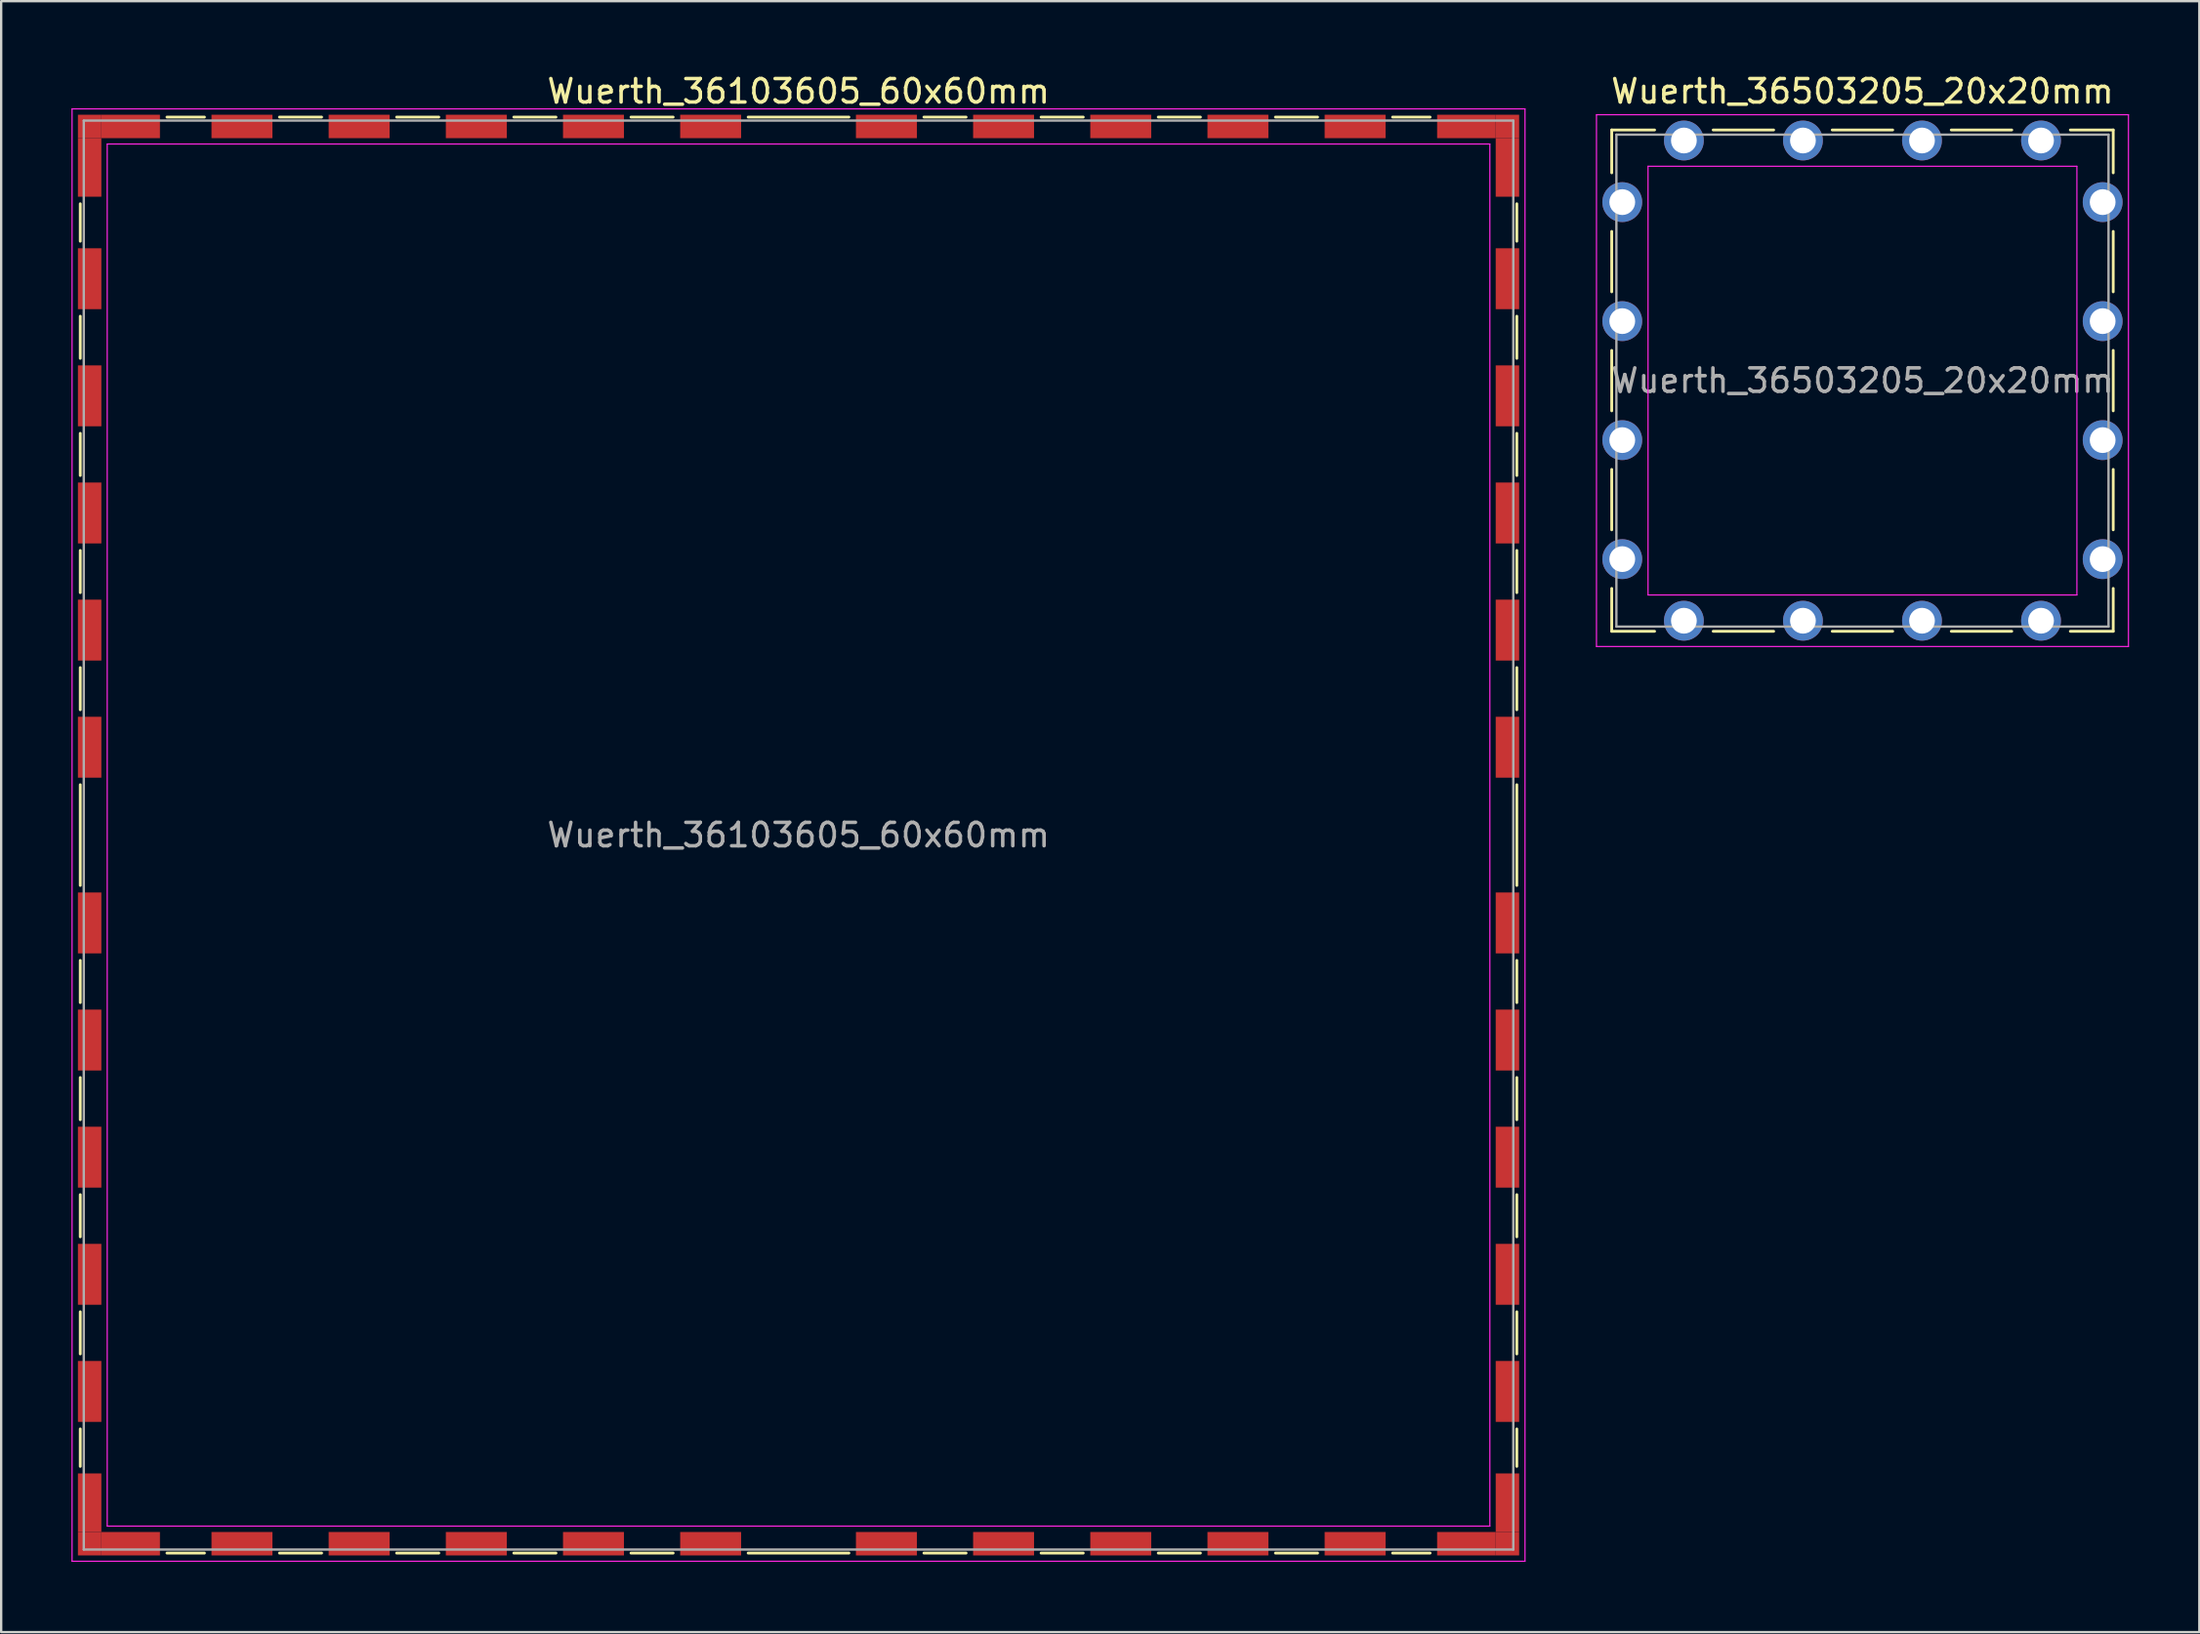
<source format=kicad_pcb>
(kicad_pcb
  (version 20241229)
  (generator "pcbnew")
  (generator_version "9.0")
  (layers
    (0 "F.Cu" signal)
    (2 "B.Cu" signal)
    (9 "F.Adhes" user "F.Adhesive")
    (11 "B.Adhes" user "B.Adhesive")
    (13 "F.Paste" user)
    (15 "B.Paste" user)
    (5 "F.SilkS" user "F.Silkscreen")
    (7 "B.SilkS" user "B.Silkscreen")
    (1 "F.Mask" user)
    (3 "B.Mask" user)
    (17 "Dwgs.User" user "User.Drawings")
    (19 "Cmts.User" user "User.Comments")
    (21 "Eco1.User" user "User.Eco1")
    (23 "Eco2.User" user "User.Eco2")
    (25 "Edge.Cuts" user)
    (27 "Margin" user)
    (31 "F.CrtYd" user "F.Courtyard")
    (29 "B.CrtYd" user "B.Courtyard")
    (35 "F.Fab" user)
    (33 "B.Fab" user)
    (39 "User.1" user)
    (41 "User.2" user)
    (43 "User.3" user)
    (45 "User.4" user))
  (footprint "Wuerth_36503205_20x20mm"
    (layer "F.Cu")
    (at 76.425 13.198)
    (property "Reference" "Wuerth_36503205_20x20mm" (at 0 -12.35 0) (layer "F.SilkS") (effects (font (size 1 1) (thickness 0.15))))
    (attr through_hole)
    (fp_line (start -10.7 -10.7) (end -8.87 -10.7) (stroke (width 0.12) (type solid)) (layer "F.SilkS"))
    (fp_line (start -10.7 -8.87) (end -10.7 -10.7) (stroke (width 0.12) (type solid)) (layer "F.SilkS"))
    (fp_line (start -10.7 -3.79) (end -10.7 -6.37) (stroke (width 0.12) (type solid)) (layer "F.SilkS"))
    (fp_line (start -10.7 -1.29) (end -10.7 1.29) (stroke (width 0.12) (type solid)) (layer "F.SilkS"))
    (fp_line (start -10.7 3.79) (end -10.7 6.37) (stroke (width 0.12) (type solid)) (layer "F.SilkS"))
    (fp_line (start -10.7 8.87) (end -10.7 10.7) (stroke (width 0.12) (type solid)) (layer "F.SilkS"))
    (fp_line (start -10.7 10.7) (end -8.87 10.7) (stroke (width 0.12) (type solid)) (layer "F.SilkS"))
    (fp_line (start -3.79 -10.7) (end -6.37 -10.7) (stroke (width 0.12) (type solid)) (layer "F.SilkS"))
    (fp_line (start -3.79 10.7) (end -6.37 10.7) (stroke (width 0.12) (type solid)) (layer "F.SilkS"))
    (fp_line (start 1.29 -10.7) (end -1.29 -10.7) (stroke (width 0.12) (type solid)) (layer "F.SilkS"))
    (fp_line (start 1.29 10.7) (end -1.29 10.7) (stroke (width 0.12) (type solid)) (layer "F.SilkS"))
    (fp_line (start 3.79 -10.7) (end 6.37 -10.7) (stroke (width 0.12) (type solid)) (layer "F.SilkS"))
    (fp_line (start 3.79 10.7) (end 6.37 10.7) (stroke (width 0.12) (type solid)) (layer "F.SilkS"))
    (fp_line (start 10.7 -10.7) (end 8.87 -10.7) (stroke (width 0.12) (type solid)) (layer "F.SilkS"))
    (fp_line (start 10.7 -8.87) (end 10.7 -10.7) (stroke (width 0.12) (type solid)) (layer "F.SilkS"))
    (fp_line (start 10.7 -3.79) (end 10.7 -6.37) (stroke (width 0.12) (type solid)) (layer "F.SilkS"))
    (fp_line (start 10.7 1.29) (end 10.7 -1.29) (stroke (width 0.12) (type solid)) (layer "F.SilkS"))
    (fp_line (start 10.7 3.79) (end 10.7 6.37) (stroke (width 0.12) (type solid)) (layer "F.SilkS"))
    (fp_line (start 10.7 8.87) (end 10.7 10.7) (stroke (width 0.12) (type solid)) (layer "F.SilkS"))
    (fp_line (start 10.7 10.7) (end 8.87 10.7) (stroke (width 0.12) (type solid)) (layer "F.SilkS"))
    (fp_line (start -11.35 -11.35) (end -11.35 11.35) (stroke (width 0.05) (type solid)) (layer "F.CrtYd"))
    (fp_line (start -11.35 11.35) (end 11.35 11.35) (stroke (width 0.05) (type solid)) (layer "F.CrtYd"))
    (fp_line (start -9.15 -9.15) (end -9.15 9.15) (stroke (width 0.05) (type solid)) (layer "F.CrtYd"))
    (fp_line (start -9.15 9.15) (end 9.15 9.15) (stroke (width 0.05) (type solid)) (layer "F.CrtYd"))
    (fp_line (start 9.15 -9.15) (end -9.15 -9.15) (stroke (width 0.05) (type solid)) (layer "F.CrtYd"))
    (fp_line (start 9.15 9.15) (end 9.15 -9.15) (stroke (width 0.05) (type solid)) (layer "F.CrtYd"))
    (fp_line (start 11.35 -11.35) (end -11.35 -11.35) (stroke (width 0.05) (type solid)) (layer "F.CrtYd"))
    (fp_line (start 11.35 11.35) (end 11.35 -11.35) (stroke (width 0.05) (type solid)) (layer "F.CrtYd"))
    (fp_line (start -10.5 -10.5) (end -10.5 10.5) (stroke (width 0.1) (type solid)) (layer "F.Fab"))
    (fp_line (start -10.5 10.5) (end 10.5 10.5) (stroke (width 0.1) (type solid)) (layer "F.Fab"))
    (fp_line (start 10.5 -10.5) (end -10.5 -10.5) (stroke (width 0.1) (type solid)) (layer "F.Fab"))
    (fp_line (start 10.5 10.5) (end 10.5 -10.5) (stroke (width 0.1) (type solid)) (layer "F.Fab"))
    (fp_text user "${REFERENCE}" (at 0 0 0) (layer "F.Fab") (effects (font (size 1 1) (thickness 0.15))))
    (pad "1" thru_hole circle (at -10.25 -7.62) (size 1.7 1.7) (drill 1.1) (layers "*.Cu" "*.Mask"))
    (pad "1" thru_hole circle (at -10.25 -2.54) (size 1.7 1.7) (drill 1.1) (layers "*.Cu" "*.Mask"))
    (pad "1" thru_hole circle (at -10.25 2.54) (size 1.7 1.7) (drill 1.1) (layers "*.Cu" "*.Mask"))
    (pad "1" thru_hole circle (at -10.25 7.62) (size 1.7 1.7) (drill 1.1) (layers "*.Cu" "*.Mask"))
    (pad "1" thru_hole circle (at -7.62 -10.25) (size 1.7 1.7) (drill 1.1) (layers "*.Cu" "*.Mask"))
    (pad "1" thru_hole circle (at -7.62 10.25) (size 1.7 1.7) (drill 1.1) (layers "*.Cu" "*.Mask"))
    (pad "1" thru_hole circle (at -2.54 -10.25) (size 1.7 1.7) (drill 1.1) (layers "*.Cu" "*.Mask"))
    (pad "1" thru_hole circle (at -2.54 10.25) (size 1.7 1.7) (drill 1.1) (layers "*.Cu" "*.Mask"))
    (pad "1" thru_hole circle (at 2.54 -10.25) (size 1.7 1.7) (drill 1.1) (layers "*.Cu" "*.Mask"))
    (pad "1" thru_hole circle (at 2.54 10.25) (size 1.7 1.7) (drill 1.1) (layers "*.Cu" "*.Mask"))
    (pad "1" thru_hole circle (at 7.62 -10.25) (size 1.7 1.7) (drill 1.1) (layers "*.Cu" "*.Mask"))
    (pad "1" thru_hole circle (at 7.62 10.25) (size 1.7 1.7) (drill 1.1) (layers "*.Cu" "*.Mask"))
    (pad "1" thru_hole circle (at 10.25 -7.62) (size 1.7 1.7) (drill 1.1) (layers "*.Cu" "*.Mask"))
    (pad "1" thru_hole circle (at 10.25 -2.54) (size 1.7 1.7) (drill 1.1) (layers "*.Cu" "*.Mask"))
    (pad "1" thru_hole circle (at 10.25 2.54) (size 1.7 1.7) (drill 1.1) (layers "*.Cu" "*.Mask"))
    (pad "1" thru_hole circle (at 10.25 7.62) (size 1.7 1.7) (drill 1.1) (layers "*.Cu" "*.Mask")))
  (footprint "Wuerth_36103605_60x60mm"
    (layer "F.Cu")
    (at 31.025 32.598)
    (property "Reference" "Wuerth_36103605_60x60mm" (at 0 -31.75 0) (layer "F.SilkS") (effects (font (size 1 1) (thickness 0.15))))
    (attr smd)
    (fp_line (start -30.65 -26.95) (end -30.65 -25.35) (stroke (width 0.12) (type solid)) (layer "F.SilkS"))
    (fp_line (start -30.65 -22.15) (end -30.65 -20.35) (stroke (width 0.12) (type solid)) (layer "F.SilkS"))
    (fp_line (start -30.65 -17.15) (end -30.65 -15.35) (stroke (width 0.12) (type solid)) (layer "F.SilkS"))
    (fp_line (start -30.65 -12.15) (end -30.65 -10.35) (stroke (width 0.12) (type solid)) (layer "F.SilkS"))
    (fp_line (start -30.65 -7.15) (end -30.65 -5.35) (stroke (width 0.12) (type solid)) (layer "F.SilkS"))
    (fp_line (start -30.65 -2.15) (end -30.65 2.15) (stroke (width 0.12) (type solid)) (layer "F.SilkS"))
    (fp_line (start -30.65 5.35) (end -30.65 7.15) (stroke (width 0.12) (type solid)) (layer "F.SilkS"))
    (fp_line (start -30.65 10.35) (end -30.65 12.15) (stroke (width 0.12) (type solid)) (layer "F.SilkS"))
    (fp_line (start -30.65 15.35) (end -30.65 17.15) (stroke (width 0.12) (type solid)) (layer "F.SilkS"))
    (fp_line (start -30.65 20.35) (end -30.65 22.15) (stroke (width 0.12) (type solid)) (layer "F.SilkS"))
    (fp_line (start -30.65 25.35) (end -30.65 26.95) (stroke (width 0.12) (type solid)) (layer "F.SilkS"))
    (fp_line (start -26.95 -30.65) (end -25.35 -30.65) (stroke (width 0.12) (type solid)) (layer "F.SilkS"))
    (fp_line (start -26.95 30.65) (end -25.35 30.65) (stroke (width 0.12) (type solid)) (layer "F.SilkS"))
    (fp_line (start -22.15 -30.65) (end -20.35 -30.65) (stroke (width 0.12) (type solid)) (layer "F.SilkS"))
    (fp_line (start -22.15 30.65) (end -20.35 30.65) (stroke (width 0.12) (type solid)) (layer "F.SilkS"))
    (fp_line (start -17.15 -30.65) (end -15.35 -30.65) (stroke (width 0.12) (type solid)) (layer "F.SilkS"))
    (fp_line (start -17.15 30.65) (end -15.35 30.65) (stroke (width 0.12) (type solid)) (layer "F.SilkS"))
    (fp_line (start -12.15 -30.65) (end -10.35 -30.65) (stroke (width 0.12) (type solid)) (layer "F.SilkS"))
    (fp_line (start -12.15 30.65) (end -10.35 30.65) (stroke (width 0.12) (type solid)) (layer "F.SilkS"))
    (fp_line (start -7.15 -30.65) (end -5.35 -30.65) (stroke (width 0.12) (type solid)) (layer "F.SilkS"))
    (fp_line (start -7.15 30.65) (end -5.35 30.65) (stroke (width 0.12) (type solid)) (layer "F.SilkS"))
    (fp_line (start -2.15 -30.65) (end 2.15 -30.65) (stroke (width 0.12) (type solid)) (layer "F.SilkS"))
    (fp_line (start -2.15 30.65) (end 2.15 30.65) (stroke (width 0.12) (type solid)) (layer "F.SilkS"))
    (fp_line (start 5.35 -30.65) (end 7.15 -30.65) (stroke (width 0.12) (type solid)) (layer "F.SilkS"))
    (fp_line (start 5.35 30.65) (end 7.15 30.65) (stroke (width 0.12) (type solid)) (layer "F.SilkS"))
    (fp_line (start 10.35 -30.65) (end 12.15 -30.65) (stroke (width 0.12) (type solid)) (layer "F.SilkS"))
    (fp_line (start 10.35 30.65) (end 12.15 30.65) (stroke (width 0.12) (type solid)) (layer "F.SilkS"))
    (fp_line (start 15.35 -30.65) (end 17.15 -30.65) (stroke (width 0.12) (type solid)) (layer "F.SilkS"))
    (fp_line (start 15.35 30.65) (end 17.15 30.65) (stroke (width 0.12) (type solid)) (layer "F.SilkS"))
    (fp_line (start 20.35 -30.65) (end 22.15 -30.65) (stroke (width 0.12) (type solid)) (layer "F.SilkS"))
    (fp_line (start 20.35 30.65) (end 22.15 30.65) (stroke (width 0.12) (type solid)) (layer "F.SilkS"))
    (fp_line (start 25.35 -30.65) (end 26.95 -30.65) (stroke (width 0.12) (type solid)) (layer "F.SilkS"))
    (fp_line (start 25.35 30.65) (end 26.95 30.65) (stroke (width 0.12) (type solid)) (layer "F.SilkS"))
    (fp_line (start 30.65 -26.95) (end 30.65 -25.35) (stroke (width 0.12) (type solid)) (layer "F.SilkS"))
    (fp_line (start 30.65 -22.15) (end 30.65 -20.35) (stroke (width 0.12) (type solid)) (layer "F.SilkS"))
    (fp_line (start 30.65 -17.15) (end 30.65 -15.35) (stroke (width 0.12) (type solid)) (layer "F.SilkS"))
    (fp_line (start 30.65 -12.15) (end 30.65 -10.35) (stroke (width 0.12) (type solid)) (layer "F.SilkS"))
    (fp_line (start 30.65 -7.15) (end 30.65 -5.35) (stroke (width 0.12) (type solid)) (layer "F.SilkS"))
    (fp_line (start 30.65 -2.15) (end 30.65 2.15) (stroke (width 0.12) (type solid)) (layer "F.SilkS"))
    (fp_line (start 30.65 5.35) (end 30.65 7.15) (stroke (width 0.12) (type solid)) (layer "F.SilkS"))
    (fp_line (start 30.65 10.35) (end 30.65 12.15) (stroke (width 0.12) (type solid)) (layer "F.SilkS"))
    (fp_line (start 30.65 15.35) (end 30.65 17.15) (stroke (width 0.12) (type solid)) (layer "F.SilkS"))
    (fp_line (start 30.65 20.35) (end 30.65 22.15) (stroke (width 0.12) (type solid)) (layer "F.SilkS"))
    (fp_line (start 30.65 25.35) (end 30.65 26.95) (stroke (width 0.12) (type solid)) (layer "F.SilkS"))
    (fp_line (start -31 -31) (end -31 31) (stroke (width 0.05) (type solid)) (layer "F.CrtYd"))
    (fp_line (start -31 31) (end 31 31) (stroke (width 0.05) (type solid)) (layer "F.CrtYd"))
    (fp_line (start -29.5 -29.5) (end -29.5 29.5) (stroke (width 0.05) (type solid)) (layer "F.CrtYd"))
    (fp_line (start -29.5 29.5) (end 29.5 29.5) (stroke (width 0.05) (type solid)) (layer "F.CrtYd"))
    (fp_line (start 29.5 -29.5) (end -29.5 -29.5) (stroke (width 0.05) (type solid)) (layer "F.CrtYd"))
    (fp_line (start 29.5 29.5) (end 29.5 -29.5) (stroke (width 0.05) (type solid)) (layer "F.CrtYd"))
    (fp_line (start 31 -31) (end -31 -31) (stroke (width 0.05) (type solid)) (layer "F.CrtYd"))
    (fp_line (start 31 31) (end 31 -31) (stroke (width 0.05) (type solid)) (layer "F.CrtYd"))
    (fp_line (start -30.5 -30.5) (end -30.5 30.5) (stroke (width 0.1) (type solid)) (layer "F.Fab"))
    (fp_line (start -30.5 30.5) (end 30.5 30.5) (stroke (width 0.1) (type solid)) (layer "F.Fab"))
    (fp_line (start 30.5 -30.5) (end -30.5 -30.5) (stroke (width 0.1) (type solid)) (layer "F.Fab"))
    (fp_line (start 30.5 30.5) (end 30.5 -30.5) (stroke (width 0.1) (type solid)) (layer "F.Fab"))
    (fp_text user "${REFERENCE}" (at 0 0 0) (layer "F.Fab") (effects (font (size 1 1) (thickness 0.15))))
    (pad "1" smd rect (at -30.25 -30.25) (size 1 1) (layers "F.Cu" "F.Mask" "F.Paste"))
    (pad "1" smd rect (at -30.25 -28.5) (size 1 2.5) (layers "F.Cu" "F.Mask" "F.Paste"))
    (pad "1" smd rect (at -30.25 -23.75) (size 1 2.6) (layers "F.Cu" "F.Mask" "F.Paste"))
    (pad "1" smd rect (at -30.25 -18.75) (size 1 2.6) (layers "F.Cu" "F.Mask" "F.Paste"))
    (pad "1" smd rect (at -30.25 -13.75) (size 1 2.6) (layers "F.Cu" "F.Mask" "F.Paste"))
    (pad "1" smd rect (at -30.25 -8.75) (size 1 2.6) (layers "F.Cu" "F.Mask" "F.Paste"))
    (pad "1" smd rect (at -30.25 -3.75) (size 1 2.6) (layers "F.Cu" "F.Mask" "F.Paste"))
    (pad "1" smd rect (at -30.25 3.75) (size 1 2.6) (layers "F.Cu" "F.Mask" "F.Paste"))
    (pad "1" smd rect (at -30.25 8.75) (size 1 2.6) (layers "F.Cu" "F.Mask" "F.Paste"))
    (pad "1" smd rect (at -30.25 13.75) (size 1 2.6) (layers "F.Cu" "F.Mask" "F.Paste"))
    (pad "1" smd rect (at -30.25 18.75) (size 1 2.6) (layers "F.Cu" "F.Mask" "F.Paste"))
    (pad "1" smd rect (at -30.25 23.75) (size 1 2.6) (layers "F.Cu" "F.Mask" "F.Paste"))
    (pad "1" smd rect (at -30.25 28.5) (size 1 2.5) (layers "F.Cu" "F.Mask" "F.Paste"))
    (pad "1" smd rect (at -30.25 30.25) (size 1 1) (layers "F.Cu" "F.Mask" "F.Paste"))
    (pad "1" smd rect (at -28.5 -30.25) (size 2.5 1) (layers "F.Cu" "F.Mask" "F.Paste"))
    (pad "1" smd rect (at -28.5 30.25) (size 2.5 1) (layers "F.Cu" "F.Mask" "F.Paste"))
    (pad "1" smd rect (at -23.75 -30.25) (size 2.6 1) (layers "F.Cu" "F.Mask" "F.Paste"))
    (pad "1" smd rect (at -23.75 30.25) (size 2.6 1) (layers "F.Cu" "F.Mask" "F.Paste"))
    (pad "1" smd rect (at -18.75 -30.25) (size 2.6 1) (layers "F.Cu" "F.Mask" "F.Paste"))
    (pad "1" smd rect (at -18.75 30.25) (size 2.6 1) (layers "F.Cu" "F.Mask" "F.Paste"))
    (pad "1" smd rect (at -13.75 -30.25) (size 2.6 1) (layers "F.Cu" "F.Mask" "F.Paste"))
    (pad "1" smd rect (at -13.75 30.25) (size 2.6 1) (layers "F.Cu" "F.Mask" "F.Paste"))
    (pad "1" smd rect (at -8.75 -30.25) (size 2.6 1) (layers "F.Cu" "F.Mask" "F.Paste"))
    (pad "1" smd rect (at -8.75 30.25) (size 2.6 1) (layers "F.Cu" "F.Mask" "F.Paste"))
    (pad "1" smd rect (at -3.75 -30.25) (size 2.6 1) (layers "F.Cu" "F.Mask" "F.Paste"))
    (pad "1" smd rect (at -3.75 30.25) (size 2.6 1) (layers "F.Cu" "F.Mask" "F.Paste"))
    (pad "1" smd rect (at 3.75 -30.25) (size 2.6 1) (layers "F.Cu" "F.Mask" "F.Paste"))
    (pad "1" smd rect (at 3.75 30.25) (size 2.6 1) (layers "F.Cu" "F.Mask" "F.Paste"))
    (pad "1" smd rect (at 8.75 -30.25) (size 2.6 1) (layers "F.Cu" "F.Mask" "F.Paste"))
    (pad "1" smd rect (at 8.75 30.25) (size 2.6 1) (layers "F.Cu" "F.Mask" "F.Paste"))
    (pad "1" smd rect (at 13.75 -30.25) (size 2.6 1) (layers "F.Cu" "F.Mask" "F.Paste"))
    (pad "1" smd rect (at 13.75 30.25) (size 2.6 1) (layers "F.Cu" "F.Mask" "F.Paste"))
    (pad "1" smd rect (at 18.75 -30.25) (size 2.6 1) (layers "F.Cu" "F.Mask" "F.Paste"))
    (pad "1" smd rect (at 18.75 30.25) (size 2.6 1) (layers "F.Cu" "F.Mask" "F.Paste"))
    (pad "1" smd rect (at 23.75 -30.25) (size 2.6 1) (layers "F.Cu" "F.Mask" "F.Paste"))
    (pad "1" smd rect (at 23.75 30.25) (size 2.6 1) (layers "F.Cu" "F.Mask" "F.Paste"))
    (pad "1" smd rect (at 28.5 -30.25) (size 2.5 1) (layers "F.Cu" "F.Mask" "F.Paste"))
    (pad "1" smd rect (at 28.5 30.25) (size 2.5 1) (layers "F.Cu" "F.Mask" "F.Paste"))
    (pad "1" smd rect (at 30.25 -30.25) (size 1 1) (layers "F.Cu" "F.Mask" "F.Paste"))
    (pad "1" smd rect (at 30.25 -28.5) (size 1 2.5) (layers "F.Cu" "F.Mask" "F.Paste"))
    (pad "1" smd rect (at 30.25 -23.75) (size 1 2.6) (layers "F.Cu" "F.Mask" "F.Paste"))
    (pad "1" smd rect (at 30.25 -18.75) (size 1 2.6) (layers "F.Cu" "F.Mask" "F.Paste"))
    (pad "1" smd rect (at 30.25 -13.75) (size 1 2.6) (layers "F.Cu" "F.Mask" "F.Paste"))
    (pad "1" smd rect (at 30.25 -8.75) (size 1 2.6) (layers "F.Cu" "F.Mask" "F.Paste"))
    (pad "1" smd rect (at 30.25 -3.75) (size 1 2.6) (layers "F.Cu" "F.Mask" "F.Paste"))
    (pad "1" smd rect (at 30.25 3.75) (size 1 2.6) (layers "F.Cu" "F.Mask" "F.Paste"))
    (pad "1" smd rect (at 30.25 8.75) (size 1 2.6) (layers "F.Cu" "F.Mask" "F.Paste"))
    (pad "1" smd rect (at 30.25 13.75) (size 1 2.6) (layers "F.Cu" "F.Mask" "F.Paste"))
    (pad "1" smd rect (at 30.25 18.75) (size 1 2.6) (layers "F.Cu" "F.Mask" "F.Paste"))
    (pad "1" smd rect (at 30.25 23.75) (size 1 2.6) (layers "F.Cu" "F.Mask" "F.Paste"))
    (pad "1" smd rect (at 30.25 28.5) (size 1 2.5) (layers "F.Cu" "F.Mask" "F.Paste"))
    (pad "1" smd rect (at 30.25 30.25) (size 1 1) (layers "F.Cu" "F.Mask" "F.Paste")))
  (gr_rect
    (start -3 -3)
    (end 90.8 66.623)
    (stroke (width 0.1) (type default))
    (fill no)
    (layer "Edge.Cuts")))
</source>
